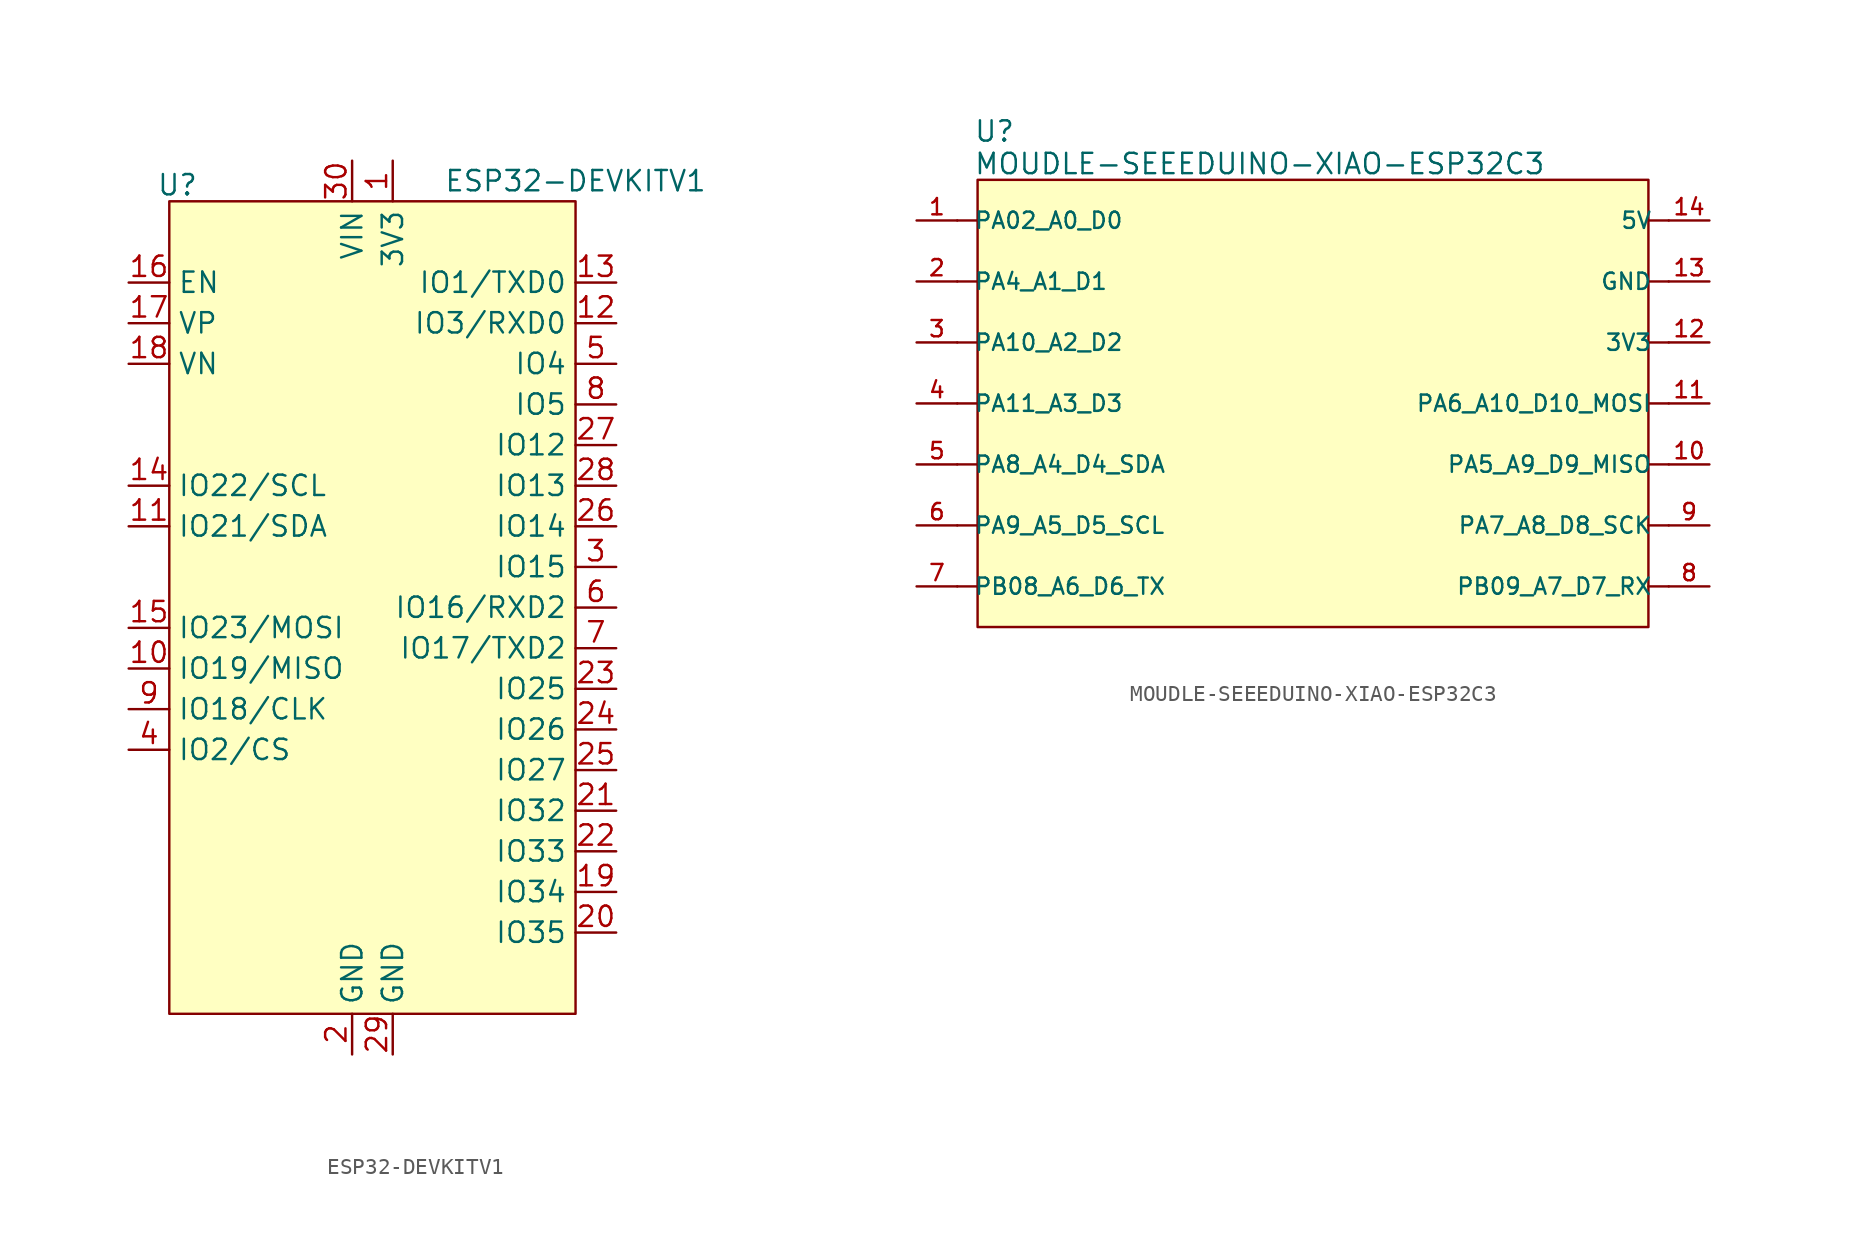
<source format=kicad_sym>
(kicad_symbol_lib
  (version 20241209)
  (generator "kicad_symbol_editor")
  (generator_version "9.0")
  (symbol "ESP32-DEVKITV1"
    (property "Reference" "U"
      (at -12.192 26.416 0)
      (effects (font (size 1.27 1.27))))
    (property "Value" "ESP32-DEVKITV1"
      (at 12.7 26.67 0)
      (effects (font (size 1.27 1.27))))
    (symbol "ESP32-DEVKITV1_1_1"
      (rectangle (start -12.7 25.4) (end 12.7 -25.4) (stroke (width 0) (type solid)) (fill (type background)))
      (pin input line (at -15.24 20.32 0) (length 2.54) (name "EN" (effects (font (size 1.27 1.27)))) (number "16" (effects (font (size 1.27 1.27)))))
      (pin input line (at -15.24 17.78 0) (length 2.54) (name "VP" (effects (font (size 1.27 1.27)))) (number "17" (effects (font (size 1.27 1.27)))))
      (pin input line (at -15.24 15.24 0) (length 2.54) (name "VN" (effects (font (size 1.27 1.27)))) (number "18" (effects (font (size 1.27 1.27)))))
      (pin bidirectional line (at -15.24 7.62 0) (length 2.54) (name "IO22/SCL" (effects (font (size 1.27 1.27)))) (number "14" (effects (font (size 1.27 1.27)))))
      (pin bidirectional line (at -15.24 5.08 0) (length 2.54) (name "IO21/SDA" (effects (font (size 1.27 1.27)))) (number "11" (effects (font (size 1.27 1.27)))))
      (pin bidirectional line (at -15.24 -1.27 0) (length 2.54) (name "IO23/MOSI" (effects (font (size 1.27 1.27)))) (number "15" (effects (font (size 1.27 1.27)))))
      (pin bidirectional line (at -15.24 -3.81 0) (length 2.54) (name "IO19/MISO" (effects (font (size 1.27 1.27)))) (number "10" (effects (font (size 1.27 1.27)))))
      (pin bidirectional line (at -15.24 -6.35 0) (length 2.54) (name "IO18/CLK" (effects (font (size 1.27 1.27)))) (number "9" (effects (font (size 1.27 1.27)))))
      (pin bidirectional line (at -15.24 -8.89 0) (length 2.54) (name "IO2/CS" (effects (font (size 1.27 1.27)))) (number "4" (effects (font (size 1.27 1.27)))))
      (pin power_in line (at -1.27 27.94 270) (length 2.54) (name "VIN" (effects (font (size 1.27 1.27)))) (number "30" (effects (font (size 1.27 1.27)))))
      (pin power_in line (at -1.27 -27.94 90) (length 2.54) (name "GND" (effects (font (size 1.27 1.27)))) (number "2" (effects (font (size 1.27 1.27)))))
      (pin power_out line (at 1.27 27.94 270) (length 2.54) (name "3V3" (effects (font (size 1.27 1.27)))) (number "1" (effects (font (size 1.27 1.27)))))
      (pin power_in line (at 1.27 -27.94 90) (length 2.54) (name "GND" (effects (font (size 1.27 1.27)))) (number "29" (effects (font (size 1.27 1.27)))))
      (pin bidirectional line (at 15.24 20.32 180) (length 2.54) (name "IO1/TXD0" (effects (font (size 1.27 1.27)))) (number "13" (effects (font (size 1.27 1.27)))))
      (pin bidirectional line (at 15.24 17.78 180) (length 2.54) (name "IO3/RXD0" (effects (font (size 1.27 1.27)))) (number "12" (effects (font (size 1.27 1.27)))))
      (pin bidirectional line (at 15.24 15.24 180) (length 2.54) (name "IO4" (effects (font (size 1.27 1.27)))) (number "5" (effects (font (size 1.27 1.27)))))
      (pin bidirectional line (at 15.24 12.7 180) (length 2.54) (name "IO5" (effects (font (size 1.27 1.27)))) (number "8" (effects (font (size 1.27 1.27)))))
      (pin bidirectional line (at 15.24 10.16 180) (length 2.54) (name "IO12" (effects (font (size 1.27 1.27)))) (number "27" (effects (font (size 1.27 1.27)))))
      (pin bidirectional line (at 15.24 7.62 180) (length 2.54) (name "IO13" (effects (font (size 1.27 1.27)))) (number "28" (effects (font (size 1.27 1.27)))))
      (pin bidirectional line (at 15.24 5.08 180) (length 2.54) (name "IO14" (effects (font (size 1.27 1.27)))) (number "26" (effects (font (size 1.27 1.27)))))
      (pin bidirectional line (at 15.24 2.54 180) (length 2.54) (name "IO15" (effects (font (size 1.27 1.27)))) (number "3" (effects (font (size 1.27 1.27)))))
      (pin bidirectional line (at 15.24 0 180) (length 2.54) (name "IO16/RXD2" (effects (font (size 1.27 1.27)))) (number "6" (effects (font (size 1.27 1.27)))))
      (pin bidirectional line (at 15.24 -2.54 180) (length 2.54) (name "IO17/TXD2" (effects (font (size 1.27 1.27)))) (number "7" (effects (font (size 1.27 1.27)))))
      (pin bidirectional line (at 15.24 -5.08 180) (length 2.54) (name "IO25" (effects (font (size 1.27 1.27)))) (number "23" (effects (font (size 1.27 1.27)))))
      (pin bidirectional line (at 15.24 -7.62 180) (length 2.54) (name "IO26" (effects (font (size 1.27 1.27)))) (number "24" (effects (font (size 1.27 1.27)))))
      (pin bidirectional line (at 15.24 -10.16 180) (length 2.54) (name "IO27" (effects (font (size 1.27 1.27)))) (number "25" (effects (font (size 1.27 1.27)))))
      (pin bidirectional line (at 15.24 -12.7 180) (length 2.54) (name "IO32" (effects (font (size 1.27 1.27)))) (number "21" (effects (font (size 1.27 1.27)))))
      (pin bidirectional line (at 15.24 -15.24 180) (length 2.54) (name "IO33" (effects (font (size 1.27 1.27)))) (number "22" (effects (font (size 1.27 1.27)))))
      (pin input line (at 15.24 -17.78 180) (length 2.54) (name "IO34" (effects (font (size 1.27 1.27)))) (number "19" (effects (font (size 1.27 1.27)))))
      (pin input line (at 15.24 -20.32 180) (length 2.54) (name "IO35" (effects (font (size 1.27 1.27)))) (number "20" (effects (font (size 1.27 1.27)))))))
  (symbol "MOUDLE-SEEEDUINO-XIAO-ESP32C3"
    (pin_names
      (offset 1.016))
    (property "Reference" "U"
      (at -21.844 16.256 0)
      (effects (font (size 1.27 1.27)) (justify left bottom)))
    (property "Value" "MOUDLE-SEEEDUINO-XIAO-ESP32C3"
      (at -21.844 14.224 0)
      (effects (font (size 1.27 1.27)) (justify left bottom)))
    (symbol "MOUDLE-SEEEDUINO-XIAO-ESP32C3_0_0"
      (polyline (pts (xy -21.59 11.43) (xy -22.86 11.43)) (stroke (width 0.152) (type default)) (fill (type none)))
      (polyline (pts (xy -21.59 7.62) (xy -22.86 7.62)) (stroke (width 0.152) (type default)) (fill (type none)))
      (polyline (pts (xy -21.59 3.81) (xy -22.86 3.81)) (stroke (width 0.152) (type default)) (fill (type none)))
      (polyline (pts (xy -21.59 0) (xy -22.86 0)) (stroke (width 0.152) (type default)) (fill (type none)))
      (polyline (pts (xy -21.59 -3.81) (xy -22.86 -3.81)) (stroke (width 0.152) (type default)) (fill (type none)))
      (polyline (pts (xy -21.59 -7.62) (xy -22.86 -7.62)) (stroke (width 0.152) (type default)) (fill (type none)))
      (polyline (pts (xy -21.59 -11.43) (xy -22.86 -11.43)) (stroke (width 0.152) (type default)) (fill (type none)))
      (polyline (pts (xy 21.59 11.43) (xy 20.32 11.43)) (stroke (width 0.152) (type default)) (fill (type none)))
      (polyline (pts (xy 21.59 7.62) (xy 20.32 7.62)) (stroke (width 0.152) (type default)) (fill (type none)))
      (polyline (pts (xy 21.59 3.81) (xy 20.32 3.81)) (stroke (width 0.152) (type default)) (fill (type none)))
      (polyline (pts (xy 21.59 0) (xy 20.32 0)) (stroke (width 0.152) (type default)) (fill (type none)))
      (polyline (pts (xy 21.59 -3.81) (xy 20.32 -3.81)) (stroke (width 0.152) (type default)) (fill (type none)))
      (polyline (pts (xy 21.59 -7.62) (xy 20.32 -7.62)) (stroke (width 0.152) (type default)) (fill (type none)))
      (polyline (pts (xy 21.59 -11.43) (xy 20.32 -11.43)) (stroke (width 0.152) (type default)) (fill (type none)))
      (pin bidirectional line (at -25.4 11.43 0) (length 2.54) (name "PA02_A0_D0" (effects (font (size 1.016 1.016)))) (number "1" (effects (font (size 1.016 1.016)))))
      (pin bidirectional line (at -25.4 7.62 0) (length 2.54) (name "PA4_A1_D1" (effects (font (size 1.016 1.016)))) (number "2" (effects (font (size 1.016 1.016)))))
      (pin bidirectional line (at -25.4 3.81 0) (length 2.54) (name "PA10_A2_D2" (effects (font (size 1.016 1.016)))) (number "3" (effects (font (size 1.016 1.016)))))
      (pin bidirectional line (at -25.4 0 0) (length 2.54) (name "PA11_A3_D3" (effects (font (size 1.016 1.016)))) (number "4" (effects (font (size 1.016 1.016)))))
      (pin bidirectional line (at -25.4 -3.81 0) (length 2.54) (name "PA8_A4_D4_SDA" (effects (font (size 1.016 1.016)))) (number "5" (effects (font (size 1.016 1.016)))))
      (pin bidirectional line (at -25.4 -7.62 0) (length 2.54) (name "PA9_A5_D5_SCL" (effects (font (size 1.016 1.016)))) (number "6" (effects (font (size 1.016 1.016)))))
      (pin bidirectional line (at -25.4 -11.43 0) (length 2.54) (name "PB08_A6_D6_TX" (effects (font (size 1.016 1.016)))) (number "7" (effects (font (size 1.016 1.016)))))
      (pin power_in line (at 24.13 11.43 180) (length 2.54) (name "5V" (effects (font (size 1.016 1.016)))) (number "14" (effects (font (size 1.016 1.016)))))
      (pin power_in line (at 24.13 7.62 180) (length 2.54) (name "GND" (effects (font (size 1.016 1.016)))) (number "13" (effects (font (size 1.016 1.016)))))
      (pin power_in line (at 24.13 3.81 180) (length 2.54) (name "3V3" (effects (font (size 1.016 1.016)))) (number "12" (effects (font (size 1.016 1.016)))))
      (pin bidirectional line (at 24.13 0 180) (length 2.54) (name "PA6_A10_D10_MOSI" (effects (font (size 1.016 1.016)))) (number "11" (effects (font (size 1.016 1.016)))))
      (pin bidirectional line (at 24.13 -3.81 180) (length 2.54) (name "PA5_A9_D9_MISO" (effects (font (size 1.016 1.016)))) (number "10" (effects (font (size 1.016 1.016)))))
      (pin bidirectional line (at 24.13 -7.62 180) (length 2.54) (name "PA7_A8_D8_SCK" (effects (font (size 1.016 1.016)))) (number "9" (effects (font (size 1.016 1.016)))))
      (pin bidirectional line (at 24.13 -11.43 180) (length 2.54) (name "PB09_A7_D7_RX" (effects (font (size 1.016 1.016)))) (number "8" (effects (font (size 1.016 1.016))))))
    (symbol "MOUDLE-SEEEDUINO-XIAO-ESP32C3_0_1"
      (rectangle (start -21.59 13.97) (end 20.32 -13.97) (stroke (width 0) (type default)) (fill (type background))))))
</source>
